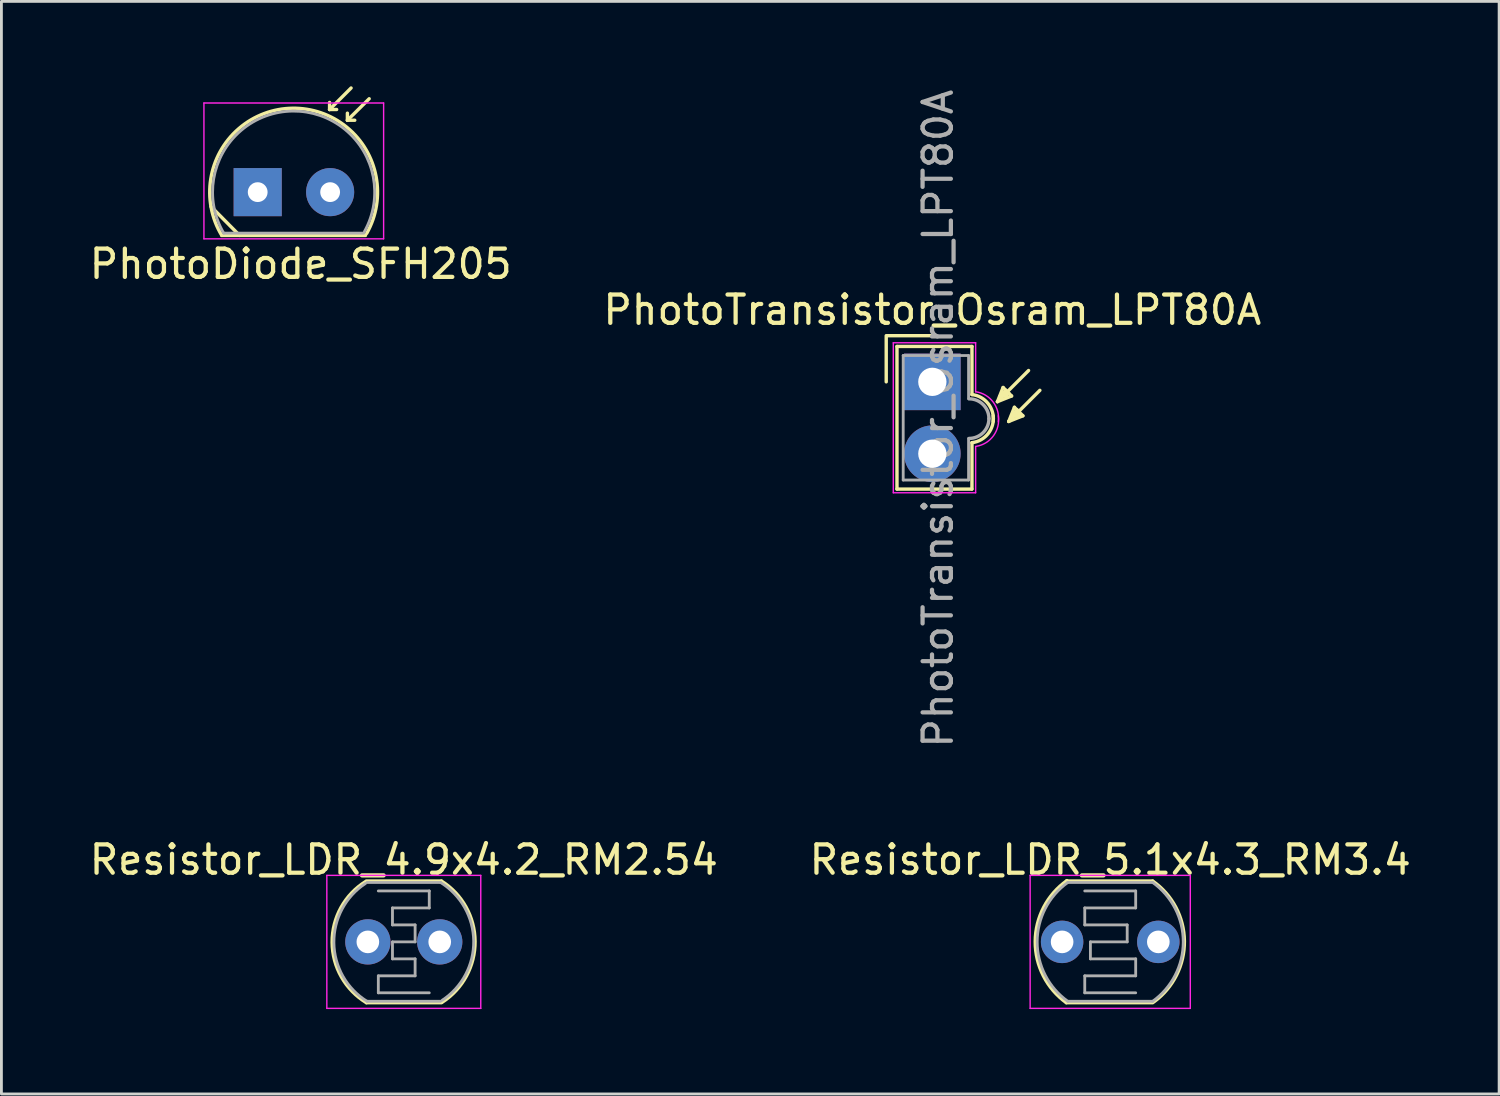
<source format=kicad_pcb>
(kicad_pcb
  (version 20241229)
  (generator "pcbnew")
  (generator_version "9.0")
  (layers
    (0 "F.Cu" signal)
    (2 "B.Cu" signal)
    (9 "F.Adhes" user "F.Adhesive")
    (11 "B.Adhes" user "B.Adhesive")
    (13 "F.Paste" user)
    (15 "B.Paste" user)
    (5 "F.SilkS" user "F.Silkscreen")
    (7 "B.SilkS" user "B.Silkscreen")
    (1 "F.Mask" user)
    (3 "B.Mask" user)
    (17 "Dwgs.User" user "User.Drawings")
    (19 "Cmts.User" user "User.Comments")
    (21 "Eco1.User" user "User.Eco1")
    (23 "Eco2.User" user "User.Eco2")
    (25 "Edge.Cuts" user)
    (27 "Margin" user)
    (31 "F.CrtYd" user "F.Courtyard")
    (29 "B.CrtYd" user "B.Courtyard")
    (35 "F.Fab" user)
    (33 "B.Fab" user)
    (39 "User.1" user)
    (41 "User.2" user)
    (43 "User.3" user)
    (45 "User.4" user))
  (footprint "PhotoTransistor_Osram_LPT80A"
    (layer "F.Cu")
    (at 29.899 10.444)
    (property "Reference" "PhotoTransistor_Osram_LPT80A" (at 0 -2.54 0) (layer "F.SilkS") (effects (font (size 1 1) (thickness 0.15))))
    (attr through_hole)
    (fp_line (start -1.63 0) (end -1.63 -1.63) (stroke (width 0.12) (type solid)) (layer "F.SilkS"))
    (fp_line (start -1.6 -1.63) (end 0 -1.63) (stroke (width 0.12) (type solid)) (layer "F.SilkS"))
    (fp_line (start -1.25 -1.25) (end 1.4 -1.25) (stroke (width 0.12) (type solid)) (layer "F.SilkS"))
    (fp_line (start -1.25 3.79) (end -1.25 -1.25) (stroke (width 0.12) (type solid)) (layer "F.SilkS"))
    (fp_line (start 1.395 3.79) (end -1.25 3.79) (stroke (width 0.12) (type solid)) (layer "F.SilkS"))
    (fp_line (start 1.4 -1.25) (end 1.4 0.45) (stroke (width 0.12) (type solid)) (layer "F.SilkS"))
    (fp_line (start 1.4 2.15) (end 1.4 3.79) (stroke (width 0.12) (type solid)) (layer "F.SilkS"))
    (fp_line (start 2.3 0.7) (end 2.5 0.2) (stroke (width 0.12) (type solid)) (layer "F.SilkS"))
    (fp_line (start 2.4 0.5) (end 2.6 0.5) (stroke (width 0.12) (type solid)) (layer "F.SilkS"))
    (fp_line (start 2.5 0.2) (end 2.8 0.5) (stroke (width 0.12) (type solid)) (layer "F.SilkS"))
    (fp_line (start 2.6 0.3) (end 2.4 0.5) (stroke (width 0.12) (type solid)) (layer "F.SilkS"))
    (fp_line (start 2.6 0.5) (end 2.7 0.4) (stroke (width 0.12) (type solid)) (layer "F.SilkS"))
    (fp_line (start 2.7 1.4) (end 2.9 0.9) (stroke (width 0.12) (type solid)) (layer "F.SilkS"))
    (fp_line (start 2.7 1.4) (end 3.8 0.3) (stroke (width 0.12) (type solid)) (layer "F.SilkS"))
    (fp_line (start 2.8 0.5) (end 2.3 0.7) (stroke (width 0.12) (type solid)) (layer "F.SilkS"))
    (fp_line (start 2.8 1.2) (end 3 1) (stroke (width 0.12) (type solid)) (layer "F.SilkS"))
    (fp_line (start 2.9 0.9) (end 3.2 1.2) (stroke (width 0.12) (type solid)) (layer "F.SilkS"))
    (fp_line (start 3 1) (end 3.1 1.2) (stroke (width 0.12) (type solid)) (layer "F.SilkS"))
    (fp_line (start 3.1 1.2) (end 2.9 1.2) (stroke (width 0.12) (type solid)) (layer "F.SilkS"))
    (fp_line (start 3.2 1.2) (end 2.7 1.4) (stroke (width 0.12) (type solid)) (layer "F.SilkS"))
    (fp_line (start 3.4 -0.4) (end 2.3 0.7) (stroke (width 0.12) (type solid)) (layer "F.SilkS"))
    (fp_arc (start 1.4 0.45) (mid 1.971751 0.76967) (end 2.15 1.4) (stroke (width 0.12) (type solid)) (layer "F.SilkS"))
    (fp_arc (start 2.15 1.2) (mid 1.971751 1.83033) (end 1.4 2.15) (stroke (width 0.12) (type solid)) (layer "F.SilkS"))
    (fp_line (start -1.38 -1.38) (end 1.53 -1.38) (stroke (width 0.05) (type solid)) (layer "F.CrtYd"))
    (fp_line (start -1.38 3.92) (end -1.38 -1.38) (stroke (width 0.05) (type solid)) (layer "F.CrtYd"))
    (fp_line (start 1.53 -1.38) (end 1.53 0.35) (stroke (width 0.05) (type solid)) (layer "F.CrtYd"))
    (fp_line (start 1.53 2.28) (end 1.53 3.92) (stroke (width 0.05) (type solid)) (layer "F.CrtYd"))
    (fp_line (start 1.53 3.92) (end -1.38 3.92) (stroke (width 0.05) (type solid)) (layer "F.CrtYd"))
    (fp_arc (start 1.53 0.35) (mid 2.149533 0.714315) (end 2.33 1.41) (stroke (width 0.05) (type solid)) (layer "F.CrtYd"))
    (fp_arc (start 2.33 1.2) (mid 2.163675 1.901543) (end 1.55 2.28) (stroke (width 0.05) (type solid)) (layer "F.CrtYd"))
    (fp_line (start -1.03 -0.93) (end 1.28 -0.93) (stroke (width 0.1) (type solid)) (layer "F.Fab"))
    (fp_line (start -1.03 3.47) (end -1.03 -0.93) (stroke (width 0.1) (type solid)) (layer "F.Fab"))
    (fp_line (start 1.28 -0.93) (end 1.28 0.6) (stroke (width 0.1) (type solid)) (layer "F.Fab"))
    (fp_line (start 1.28 3.47) (end -1.03 3.47) (stroke (width 0.1) (type solid)) (layer "F.Fab"))
    (fp_line (start 1.28 3.47) (end 1.28 2) (stroke (width 0.1) (type solid)) (layer "F.Fab"))
    (fp_arc (start 1.3 0.6) (mid 1.794975 0.805025) (end 2 1.3) (stroke (width 0.12) (type solid)) (layer "F.Fab"))
    (fp_arc (start 2 1.3) (mid 1.794975 1.794975) (end 1.3 2) (stroke (width 0.12) (type solid)) (layer "F.Fab"))
    (fp_text user "${REFERENCE}" (at 0.2 1.3 90) (layer "F.Fab") (effects (font (size 1 1) (thickness 0.15))))
    (pad "1" thru_hole rect (at 0 0 180) (size 2 2) (drill 1) (layers "*.Cu" "*.Mask"))
    (pad "2" thru_hole circle (at 0 2.54 180) (size 2 2) (drill 1) (layers "*.Cu" "*.Mask")))
  (footprint "Resistor_LDR_4.9x4.2_RM2.54"
    (layer "F.Cu")
    (at 9.95 30.236)
    (property "Reference" "Resistor_LDR_4.9x4.2_RM2.54" (at 1.27 -2.9 0) (layer "F.SilkS") (effects (font (size 1 1) (thickness 0.15))))
    (attr through_hole)
    (fp_line (start -0.05 -2.15) (end 2.6 -2.15) (stroke (width 0.12) (type solid)) (layer "F.SilkS"))
    (fp_line (start -0.05 2.15) (end 2.6 2.15) (stroke (width 0.12) (type solid)) (layer "F.SilkS"))
    (fp_arc (start -0.05 2.15) (mid -1.262424 0.01494) (end -0.075476 -2.134388) (stroke (width 0.12) (type solid)) (layer "F.SilkS"))
    (fp_arc (start 2.6 -2.15) (mid 3.788646 -0.016616) (end 2.628027 2.132145) (stroke (width 0.12) (type solid)) (layer "F.SilkS"))
    (fp_line (start -1.45 -2.35) (end -1.45 2.35) (stroke (width 0.05) (type solid)) (layer "F.CrtYd"))
    (fp_line (start -1.45 -2.35) (end 3.99 -2.35) (stroke (width 0.05) (type solid)) (layer "F.CrtYd"))
    (fp_line (start 3.99 2.35) (end -1.45 2.35) (stroke (width 0.05) (type solid)) (layer "F.CrtYd"))
    (fp_line (start 3.99 2.35) (end 3.99 -2.35) (stroke (width 0.05) (type solid)) (layer "F.CrtYd"))
    (fp_line (start -0.03 -2.1) (end 2.57 -2.1) (stroke (width 0.1) (type solid)) (layer "F.Fab"))
    (fp_line (start 0.37 -1.8) (end 2.17 -1.8) (stroke (width 0.1) (type solid)) (layer "F.Fab"))
    (fp_line (start 0.37 1.2) (end 0.37 1.8) (stroke (width 0.1) (type solid)) (layer "F.Fab"))
    (fp_line (start 0.37 1.2) (end 1.67 1.2) (stroke (width 0.1) (type solid)) (layer "F.Fab"))
    (fp_line (start 0.37 1.8) (end 2.17 1.8) (stroke (width 0.1) (type solid)) (layer "F.Fab"))
    (fp_line (start 0.87 -1.2) (end 0.87 -0.6) (stroke (width 0.1) (type solid)) (layer "F.Fab"))
    (fp_line (start 0.87 -1.2) (end 2.17 -1.2) (stroke (width 0.1) (type solid)) (layer "F.Fab"))
    (fp_line (start 0.87 0) (end 0.87 0.6) (stroke (width 0.1) (type solid)) (layer "F.Fab"))
    (fp_line (start 0.87 0) (end 1.67 0) (stroke (width 0.1) (type solid)) (layer "F.Fab"))
    (fp_line (start 1.67 -0.6) (end 0.87 -0.6) (stroke (width 0.1) (type solid)) (layer "F.Fab"))
    (fp_line (start 1.67 -0.6) (end 1.67 0) (stroke (width 0.1) (type solid)) (layer "F.Fab"))
    (fp_line (start 1.67 0.6) (end 0.87 0.6) (stroke (width 0.1) (type solid)) (layer "F.Fab"))
    (fp_line (start 1.67 0.6) (end 1.67 1.2) (stroke (width 0.1) (type solid)) (layer "F.Fab"))
    (fp_line (start 2.17 -1.8) (end 2.17 -1.2) (stroke (width 0.1) (type solid)) (layer "F.Fab"))
    (fp_line (start 2.57 2.1) (end -0.03 2.1) (stroke (width 0.1) (type solid)) (layer "F.Fab"))
    (fp_arc (start -0.03 2.1) (mid -1.199612 0.031921) (end -0.083843 -2.065698) (stroke (width 0.1) (type solid)) (layer "F.Fab"))
    (fp_arc (start 2.57 -2.1) (mid 3.739612 -0.031921) (end 2.623843 2.065698) (stroke (width 0.1) (type solid)) (layer "F.Fab"))
    (pad "1" thru_hole circle (at 0 0) (size 1.6 1.6) (drill 0.8) (layers "*.Cu" "*.Mask"))
    (pad "2" thru_hole circle (at 2.54 0) (size 1.6 1.6) (drill 0.8) (layers "*.Cu" "*.Mask")))
  (footprint "Resistor_LDR_5.1x4.3_RM3.4"
    (layer "F.Cu")
    (at 34.485 30.236)
    (property "Reference" "Resistor_LDR_5.1x4.3_RM3.4" (at 1.7 -2.9 0) (layer "F.SilkS") (effects (font (size 1 1) (thickness 0.15))))
    (attr through_hole)
    (fp_line (start 0.15 -2.15) (end 3.2 -2.15) (stroke (width 0.12) (type solid)) (layer "F.SilkS"))
    (fp_line (start 0.15 2.15) (end 3.2 2.15) (stroke (width 0.12) (type solid)) (layer "F.SilkS"))
    (fp_arc (start 0.15 2.15) (mid -0.950438 -0.013368) (end 0.171766 -2.165525) (stroke (width 0.12) (type solid)) (layer "F.SilkS"))
    (fp_arc (start 3.2 -2.15) (mid 4.321403 -0.027338) (end 3.244513 2.118249) (stroke (width 0.12) (type solid)) (layer "F.SilkS"))
    (fp_line (start -1.13 -2.35) (end -1.13 2.35) (stroke (width 0.05) (type solid)) (layer "F.CrtYd"))
    (fp_line (start -1.13 -2.35) (end 4.53 -2.35) (stroke (width 0.05) (type solid)) (layer "F.CrtYd"))
    (fp_line (start 4.53 2.35) (end -1.13 2.35) (stroke (width 0.05) (type solid)) (layer "F.CrtYd"))
    (fp_line (start 4.53 2.35) (end 4.53 -2.35) (stroke (width 0.05) (type solid)) (layer "F.CrtYd"))
    (fp_line (start 0.2 -2.1) (end 3.2 -2.1) (stroke (width 0.1) (type solid)) (layer "F.Fab"))
    (fp_line (start 0.8 -1.8) (end 2.6 -1.8) (stroke (width 0.1) (type solid)) (layer "F.Fab"))
    (fp_line (start 0.8 -1.2) (end 0.8 -0.6) (stroke (width 0.1) (type solid)) (layer "F.Fab"))
    (fp_line (start 0.8 1.2) (end 0.8 1.8) (stroke (width 0.1) (type solid)) (layer "F.Fab"))
    (fp_line (start 0.8 1.8) (end 2.6 1.8) (stroke (width 0.1) (type solid)) (layer "F.Fab"))
    (fp_line (start 1 0) (end 1 0.6) (stroke (width 0.1) (type solid)) (layer "F.Fab"))
    (fp_line (start 1 0) (end 2.3 0) (stroke (width 0.1) (type solid)) (layer "F.Fab"))
    (fp_line (start 2.3 -0.6) (end 0.8 -0.6) (stroke (width 0.1) (type solid)) (layer "F.Fab"))
    (fp_line (start 2.3 0) (end 2.3 -0.6) (stroke (width 0.1) (type solid)) (layer "F.Fab"))
    (fp_line (start 2.6 -1.8) (end 2.6 -1.2) (stroke (width 0.1) (type solid)) (layer "F.Fab"))
    (fp_line (start 2.6 -1.2) (end 0.8 -1.2) (stroke (width 0.1) (type solid)) (layer "F.Fab"))
    (fp_line (start 2.6 0.6) (end 1 0.6) (stroke (width 0.1) (type solid)) (layer "F.Fab"))
    (fp_line (start 2.6 0.6) (end 2.6 1.2) (stroke (width 0.1) (type solid)) (layer "F.Fab"))
    (fp_line (start 2.6 1.2) (end 0.8 1.2) (stroke (width 0.1) (type solid)) (layer "F.Fab"))
    (fp_line (start 3.2 2.1) (end 0.2 2.1) (stroke (width 0.1) (type solid)) (layer "F.Fab"))
    (fp_arc (start 0.2 2.1) (mid -0.880697 -0.001697) (end 0.202763 -2.101971) (stroke (width 0.1) (type solid)) (layer "F.Fab"))
    (fp_arc (start 3.2 -2.1) (mid 4.280697 0.001697) (end 3.197237 2.101971) (stroke (width 0.1) (type solid)) (layer "F.Fab"))
    (pad "1" thru_hole circle (at 0 0) (size 1.5 1.5) (drill 0.8) (layers "*.Cu" "*.Mask"))
    (pad "2" thru_hole circle (at 3.4 0) (size 1.5 1.5) (drill 0.8) (layers "*.Cu" "*.Mask")))
  (footprint "PhotoDiode_SFH205"
    (layer "F.Cu")
    (at 6.057 3.74)
    (property "Reference" "PhotoDiode_SFH205" (at 1.52 2.54 0) (layer "F.SilkS") (effects (font (size 1 1) (thickness 0.15))))
    (attr through_hole)
    (fp_line (start -1.65 0.51) (end -0.64 1.53) (stroke (width 0.12) (type solid)) (layer "F.SilkS"))
    (fp_line (start -1.27 1.53) (end 3.81 1.53) (stroke (width 0.12) (type solid)) (layer "F.SilkS"))
    (fp_line (start 2.54 -2.92) (end 2.54 -3.17) (stroke (width 0.12) (type solid)) (layer "F.SilkS"))
    (fp_line (start 2.54 -2.92) (end 2.79 -2.92) (stroke (width 0.12) (type solid)) (layer "F.SilkS"))
    (fp_line (start 3.17 -2.54) (end 3.17 -2.79) (stroke (width 0.12) (type solid)) (layer "F.SilkS"))
    (fp_line (start 3.17 -2.54) (end 3.43 -2.54) (stroke (width 0.12) (type solid)) (layer "F.SilkS"))
    (fp_line (start 3.3 -3.68) (end 2.54 -2.92) (stroke (width 0.12) (type solid)) (layer "F.SilkS"))
    (fp_line (start 3.94 -3.3) (end 3.17 -2.54) (stroke (width 0.12) (type solid)) (layer "F.SilkS"))
    (fp_arc (start -1.27 1.53) (mid 1.227917 -2.964916) (end 3.8524 1.457295) (stroke (width 0.12) (type solid)) (layer "F.SilkS"))
    (fp_line (start -1.9 -3.15) (end -1.9 1.65) (stroke (width 0.05) (type solid)) (layer "F.CrtYd"))
    (fp_line (start -1.9 1.65) (end 4.45 1.65) (stroke (width 0.05) (type solid)) (layer "F.CrtYd"))
    (fp_line (start 4.45 -3.15) (end -1.9 -3.15) (stroke (width 0.05) (type solid)) (layer "F.CrtYd"))
    (fp_line (start 4.45 1.65) (end 4.45 -3.15) (stroke (width 0.05) (type solid)) (layer "F.CrtYd"))
    (fp_line (start -1.2 1.45) (end 3.75 1.45) (stroke (width 0.1) (type solid)) (layer "F.Fab"))
    (fp_arc (start -1.2 1.45) (mid 1.236766 -2.863965) (end 3.772982 1.392293) (stroke (width 0.1) (type solid)) (layer "F.Fab"))
    (pad "1" thru_hole rect (at 0 0 180) (size 1.7 1.7) (drill 0.7) (layers "*.Cu" "*.Mask"))
    (pad "2" thru_hole circle (at 2.56 0 180) (size 1.7 1.7) (drill 0.7) (layers "*.Cu" "*.Mask")))
  (gr_rect
    (start -3 -3)
    (end 49.929 35.611)
    (stroke (width 0.1) (type default))
    (fill no)
    (layer "Edge.Cuts")))
</source>
